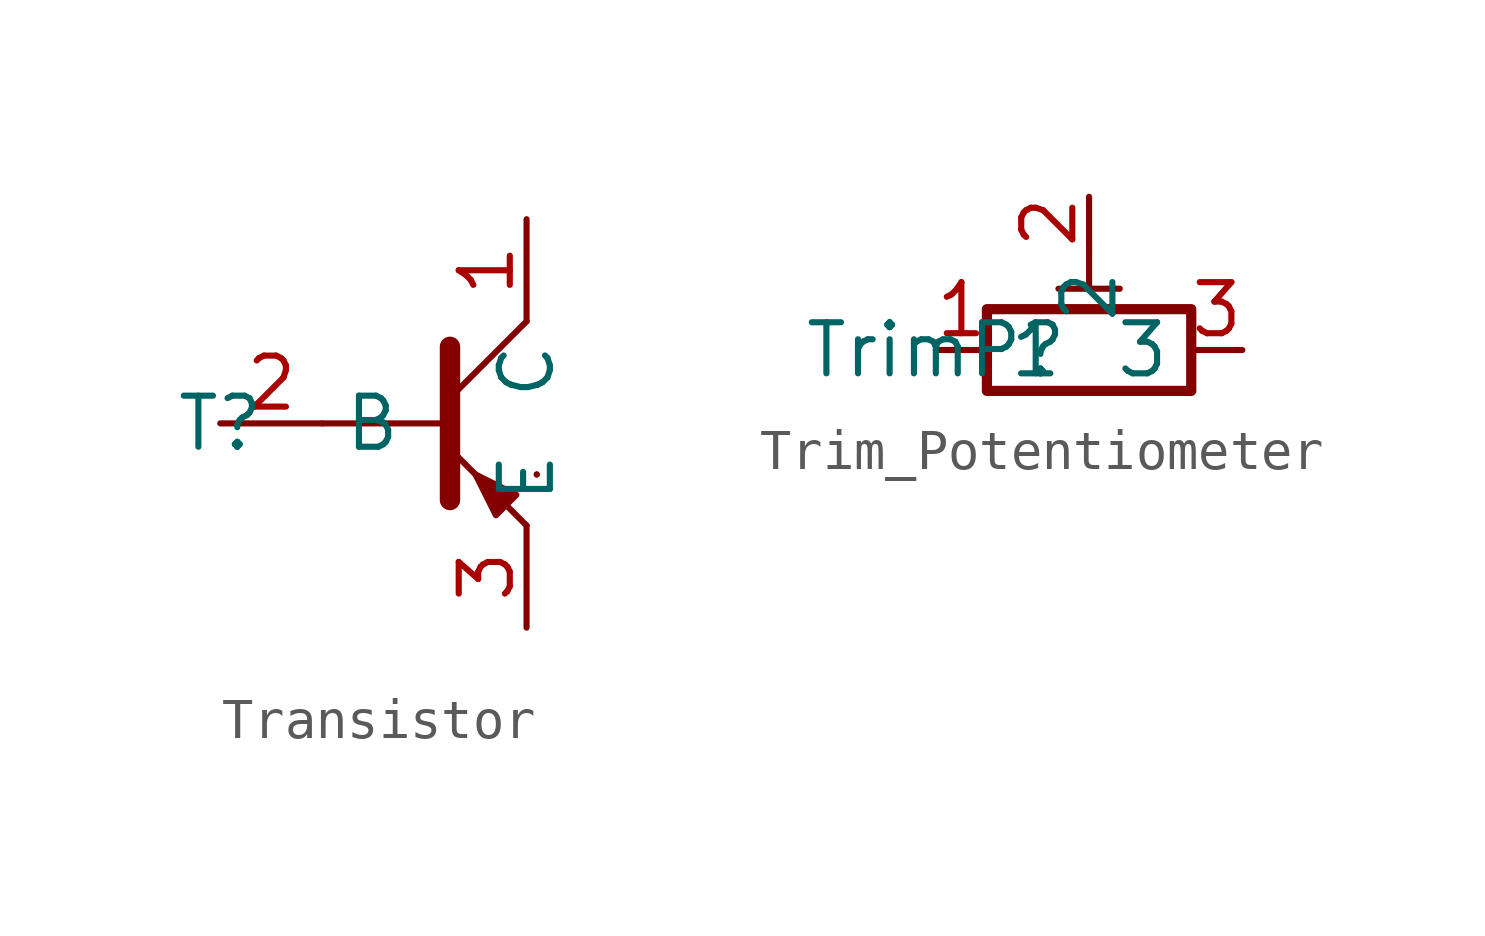
<source format=kicad_sym>
(kicad_symbol_lib
  (version 20220914)
  (generator kicad_symbol_editor)
  (symbol "Transistor"
    (property "Reference" "T"
      (at 0 0 0)
      (effects (font (size 1.27 1.27))))
    (symbol "Transistor_0_1"
      (polyline (pts (xy 2.54 0) (xy 5.715 0)) (stroke (width 0.152) (type default)) (fill (type none)))
      (polyline (pts (xy 5.715 0.635) (xy 7.62 2.54)) (stroke (width 0) (type default)) (fill (type none)))
      (polyline (pts (xy 7.874 -1.27) (xy 7.874 -1.27)) (stroke (width 0.152) (type default)) (fill (type none)))
      (polyline (pts (xy 7.874 -1.27) (xy 7.874 -1.27)) (stroke (width 0.152) (type default)) (fill (type none)))
      (polyline (pts (xy 5.715 -0.635) (xy 7.62 -2.54) (xy 7.62 -2.54)) (stroke (width 0) (type default)) (fill (type none)))
      (polyline (pts (xy 5.715 1.905) (xy 5.715 -1.905) (xy 5.715 -1.905)) (stroke (width 0.508) (type default)) (fill (type none)))
      (polyline (pts (xy 7.366 -1.778) (xy 6.858 -2.286) (xy 6.35 -1.27) (xy 7.366 -1.778) (xy 7.366 -1.778)) (stroke (width 0) (type default)) (fill (type outline))))
    (symbol "Transistor_1_1"
      (pin open_collector line (at 7.62 5.08 270) (length 2.54) (name "C" (effects (font (size 1.27 1.27)))) (number "1" (effects (font (size 1.27 1.27)))))
      (pin input line (at 0 0 0) (length 2.54) (name "B" (effects (font (size 1.27 1.27)))) (number "2" (effects (font (size 1.27 1.27)))))
      (pin open_emitter line (at 7.62 -5.08 90) (length 2.54) (name "E" (effects (font (size 1.27 1.27)))) (number "3" (effects (font (size 1.27 1.27)))))))
  (symbol "Trim_Potentiometer"
    (property "Reference" "TrimP"
      (at 0 0 0)
      (effects (font (size 1.27 1.27))))
    (symbol "Trim_Potentiometer_0_1"
      (polyline (pts (xy 3.048 1.524) (xy 4.572 1.524)) (stroke (width 0) (type default)) (fill (type none)))
      (polyline (pts (xy 3.81 2.54) (xy 3.81 1.524)) (stroke (width 0) (type default)) (fill (type none)))
      (rectangle (start 1.27 1.016) (end 6.35 -1.016) (stroke (width 0.254) (type default)) (fill (type none))))
    (symbol "Trim_Potentiometer_1_1"
      (pin passive line (at 0 0 0) (length 1.27) (name "1" (effects (font (size 1.27 1.27)))) (number "1" (effects (font (size 1.27 1.27)))))
      (pin passive line (at 3.81 3.81 270) (length 1.27) (name "2" (effects (font (size 1.27 1.27)))) (number "2" (effects (font (size 1.27 1.27)))))
      (pin passive line (at 7.62 0 180) (length 1.27) (name "3" (effects (font (size 1.27 1.27)))) (number "3" (effects (font (size 1.27 1.27))))))))
</source>
